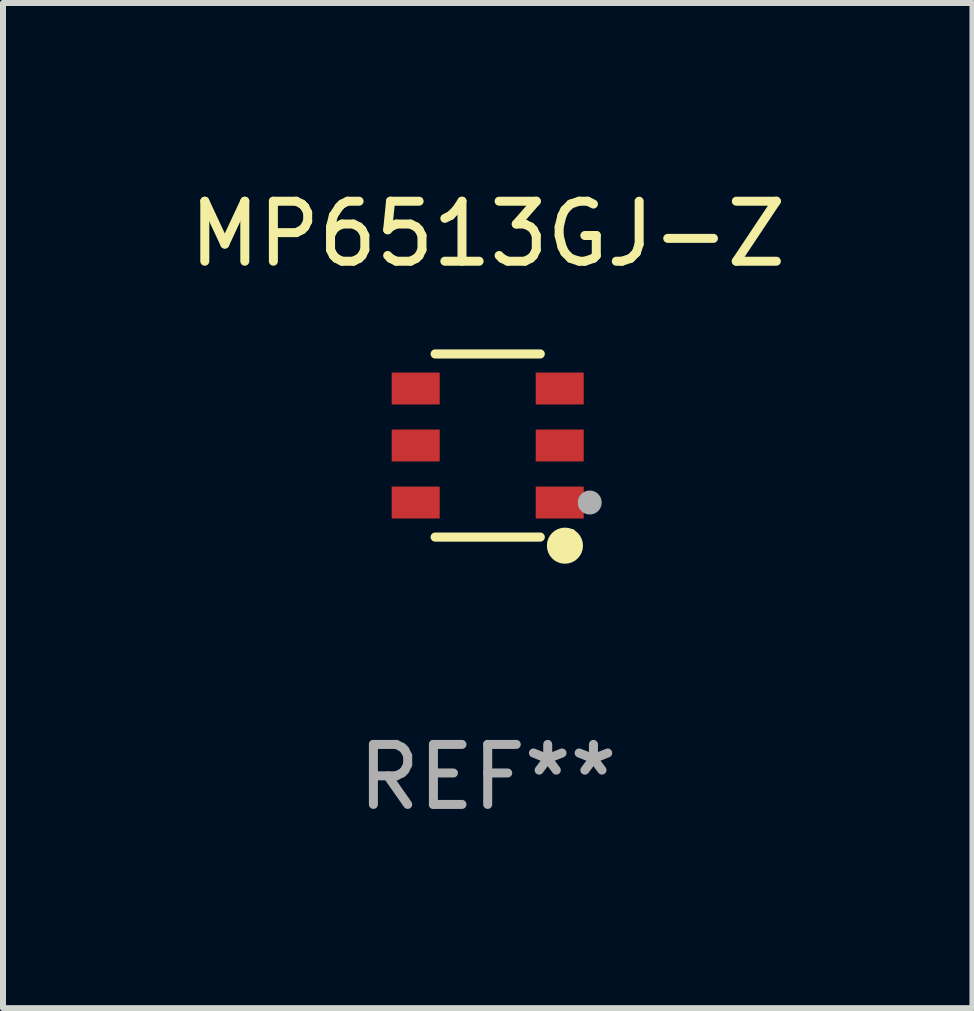
<source format=kicad_pcb>
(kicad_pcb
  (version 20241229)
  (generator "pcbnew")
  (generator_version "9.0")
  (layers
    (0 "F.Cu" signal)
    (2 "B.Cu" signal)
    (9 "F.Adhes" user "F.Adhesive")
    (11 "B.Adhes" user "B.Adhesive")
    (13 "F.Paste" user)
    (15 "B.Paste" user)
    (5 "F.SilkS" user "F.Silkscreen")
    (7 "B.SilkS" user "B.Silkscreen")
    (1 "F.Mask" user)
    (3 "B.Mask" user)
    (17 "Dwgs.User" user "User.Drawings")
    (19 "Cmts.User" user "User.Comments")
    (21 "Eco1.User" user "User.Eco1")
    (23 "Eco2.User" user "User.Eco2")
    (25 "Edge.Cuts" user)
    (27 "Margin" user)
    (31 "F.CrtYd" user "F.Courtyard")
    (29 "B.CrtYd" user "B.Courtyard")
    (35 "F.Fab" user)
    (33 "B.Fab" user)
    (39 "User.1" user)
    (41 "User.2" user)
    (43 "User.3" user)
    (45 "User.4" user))
  (footprint "MP6513GJ-Z"
    (layer "F.Cu")
    (at 5.077 4.374)
    (property "Reference" "MP6513GJ-Z" (at 0 -3.526 0) (layer "F.SilkS") (effects (font (size 1 1) (thickness 0.15))))
    (attr through_hole)
    (fp_line (start 0.876 -1.526) (end -0.876 -1.526) (stroke (width 0.152) (type solid)) (layer "F.SilkS"))
    (fp_line (start 0.876 1.526) (end -0.876 1.526) (stroke (width 0.152) (type solid)) (layer "F.SilkS"))
    (fp_circle (center 1.287 1.669) (end 1.438 1.669) (stroke (width 0.3) (type solid)) (fill no) (layer "F.SilkS"))
    (fp_circle (center 1.4 1.45) (end 1.43 1.45) (stroke (width 0.06) (type solid)) (fill no) (layer "F.SilkS"))
    (fp_circle (center 1.7 0.95) (end 1.8 0.95) (stroke (width 0.2) (type solid)) (fill no) (layer "F.Fab"))
    (fp_text user "REF**" (at 0 5.526 0) (layer "F.Fab") (effects (font (size 1 1) (thickness 0.15))))
    (pad "1" smd rect (at 1.2 0.95) (size 0.8 0.532) (layers "F.Cu" "F.Mask" "F.Paste"))
    (pad "2" smd rect (at 1.2 0) (size 0.8 0.532) (layers "F.Cu" "F.Mask" "F.Paste"))
    (pad "3" smd rect (at 1.2 -0.95) (size 0.8 0.532) (layers "F.Cu" "F.Mask" "F.Paste"))
    (pad "4" smd rect (at -1.2 -0.95) (size 0.8 0.532) (layers "F.Cu" "F.Mask" "F.Paste"))
    (pad "5" smd rect (at -1.2 0) (size 0.8 0.532) (layers "F.Cu" "F.Mask" "F.Paste"))
    (pad "6" smd rect (at -1.2 0.95) (size 0.8 0.532) (layers "F.Cu" "F.Mask" "F.Paste")))
  (gr_rect
    (start -3 -3)
    (end 13.155 13.749)
    (stroke (width 0.1) (type default))
    (fill no)
    (layer "Edge.Cuts")))
</source>
